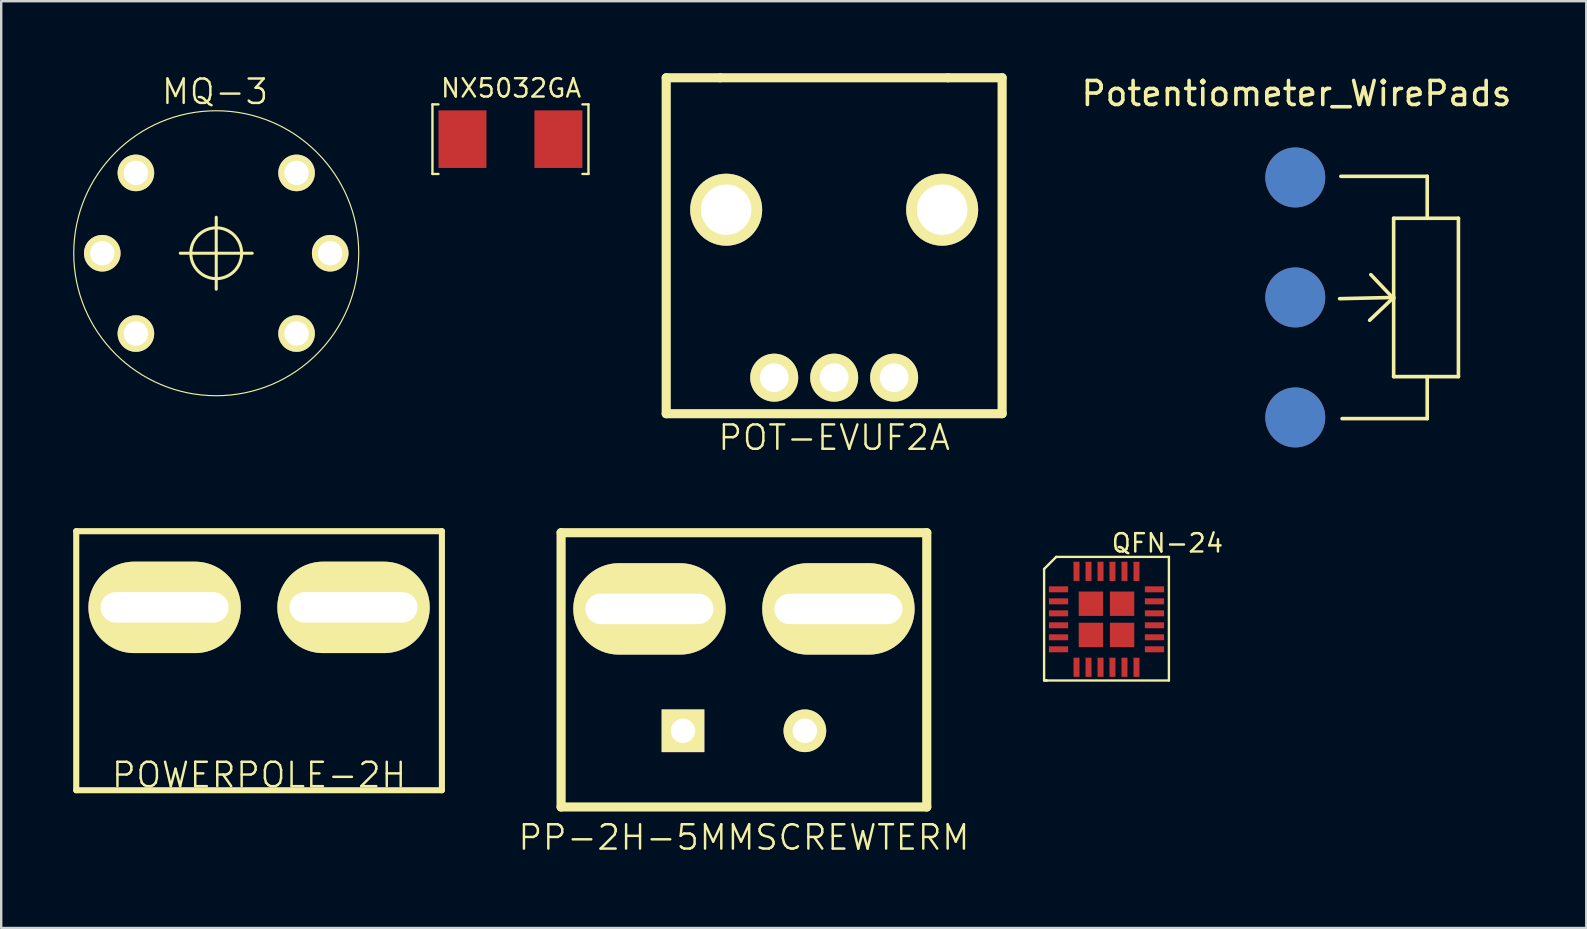
<source format=kicad_pcb>
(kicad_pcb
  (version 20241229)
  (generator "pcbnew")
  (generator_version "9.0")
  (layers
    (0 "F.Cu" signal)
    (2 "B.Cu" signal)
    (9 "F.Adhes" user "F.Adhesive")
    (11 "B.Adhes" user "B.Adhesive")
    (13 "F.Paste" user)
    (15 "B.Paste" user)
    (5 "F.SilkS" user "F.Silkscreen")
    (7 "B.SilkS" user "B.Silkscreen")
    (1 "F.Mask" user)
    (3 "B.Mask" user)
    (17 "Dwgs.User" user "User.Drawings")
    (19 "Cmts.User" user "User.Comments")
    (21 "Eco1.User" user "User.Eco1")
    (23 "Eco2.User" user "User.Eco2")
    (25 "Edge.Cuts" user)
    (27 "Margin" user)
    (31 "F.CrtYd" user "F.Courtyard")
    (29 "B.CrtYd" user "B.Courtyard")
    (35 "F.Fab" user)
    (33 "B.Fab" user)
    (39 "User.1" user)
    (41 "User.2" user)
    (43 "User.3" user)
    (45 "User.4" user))
  (footprint "MQ-3"
    (layer "F.Cu")
    (at 5.962 7.504)
    (property "Reference" "MQ-3" (at -0.051 -6.731 0) (layer "F.SilkS") (effects (font (size 1.016 1.016) (thickness 0.102))))
    (attr exclude_from_pos_files exclude_from_bom)
    (fp_line (start -1.499 0) (end 1.499 0) (stroke (width 0.127) (type solid)) (layer "F.SilkS"))
    (fp_line (start 0 1.499) (end 0 -1.499) (stroke (width 0.127) (type solid)) (layer "F.SilkS"))
    (fp_circle (center 0 0) (end -4.199 4.199) (stroke (width 0.048) (type solid)) (fill no) (layer "F.SilkS"))
    (fp_circle (center 0 0) (end -0.749 0.749) (stroke (width 0.127) (type solid)) (fill no) (layer "F.SilkS"))
    (pad "A1" thru_hole circle (at -3.348 -3.348) (size 1.524 1.524) (drill 1.016) (layers "*.Cu" "*.Mask" "F.SilkS" "F.Paste"))
    (pad "A2" thru_hole circle (at -3.348 3.348) (size 1.524 1.524) (drill 1.016) (layers "*.Cu" "*.Mask" "F.SilkS" "F.Paste"))
    (pad "B1" thru_hole circle (at 3.348 -3.348) (size 1.524 1.524) (drill 1.016) (layers "*.Cu" "*.Mask" "F.SilkS" "F.Paste"))
    (pad "B2" thru_hole circle (at 3.348 3.348) (size 1.524 1.524) (drill 1.016) (layers "*.Cu" "*.Mask" "F.SilkS" "F.Paste"))
    (pad "H1" thru_hole circle (at -4.75 0) (size 1.524 1.524) (drill 1.016) (layers "*.Cu" "*.Mask" "F.SilkS" "F.Paste"))
    (pad "H2" thru_hole circle (at 4.75 0) (size 1.524 1.524) (drill 1.016) (layers "*.Cu" "*.Mask" "F.SilkS" "F.Paste")))
  (footprint "PP-2H-5MMSCREWTERM"
    (layer "F.Cu")
    (at 27.955 22.327)
    (property "Reference" "PP-2H-5MMSCREWTERM" (at 0 9.525 0) (layer "F.SilkS") (effects (font (size 1.016 1.016) (thickness 0.102))))
    (attr through_hole)
    (fp_line (start -7.62 -3.175) (end -7.62 8.255) (stroke (width 0.381) (type solid)) (layer "F.SilkS"))
    (fp_line (start -7.62 8.255) (end 7.62 8.255) (stroke (width 0.381) (type solid)) (layer "F.SilkS"))
    (fp_line (start 7.62 -3.175) (end -7.62 -3.175) (stroke (width 0.381) (type solid)) (layer "F.SilkS"))
    (fp_line (start 7.62 8.255) (end 7.62 -3.175) (stroke (width 0.381) (type solid)) (layer "F.SilkS"))
    (pad "1" thru_hole oval (at -3.937 0) (size 6.35 3.81) (drill oval 5.334 1.27) (layers "*.Cu" "*.Mask" "F.SilkS"))
    (pad "1" thru_hole rect (at -2.54 5.08 270) (size 1.778 1.778) (drill 1.016) (layers "*.Cu" "*.Mask" "F.SilkS"))
    (pad "2" thru_hole circle (at 2.54 5.08 270) (size 1.778 1.778) (drill 1.016) (layers "*.Cu" "*.Mask" "F.SilkS"))
    (pad "2" thru_hole oval (at 3.937 0) (size 6.35 3.81) (drill oval 5.334 1.27) (layers "*.Cu" "*.Mask" "F.SilkS")))
  (footprint "POWERPOLE-2H"
    (layer "F.Cu")
    (at 7.747 22.264)
    (property "Reference" "POWERPOLE-2H" (at 0 6.985 0) (layer "F.SilkS") (effects (font (size 1.016 1.016) (thickness 0.102))))
    (attr through_hole)
    (fp_line (start -7.62 -3.175) (end -7.62 7.62) (stroke (width 0.254) (type solid)) (layer "F.SilkS"))
    (fp_line (start -7.62 7.62) (end 7.62 7.62) (stroke (width 0.254) (type solid)) (layer "F.SilkS"))
    (fp_line (start 7.62 -3.175) (end -7.62 -3.175) (stroke (width 0.254) (type solid)) (layer "F.SilkS"))
    (fp_line (start 7.62 7.62) (end 7.62 -3.175) (stroke (width 0.254) (type solid)) (layer "F.SilkS"))
    (pad "1" thru_hole oval (at -3.937 0) (size 6.35 3.81) (drill oval 5.334 1.27) (layers "*.Cu" "*.Mask" "F.SilkS"))
    (pad "2" thru_hole oval (at 3.937 0) (size 6.35 3.81) (drill oval 5.334 1.27) (layers "*.Cu" "*.Mask" "F.SilkS")))
  (footprint "Potentiometer_WirePads"
    (layer "F.Cu")
    (at 50.933 4.346)
    (property "Reference" "Potentiometer_WirePads" (at 0.051 -3.498 0) (layer "F.SilkS") (effects (font (size 1 1) (thickness 0.15))))
    (attr through_hole)
    (fp_line (start 4.1 1.702) (end 6.8 1.702) (stroke (width 0.15) (type solid)) (layer "F.SilkS"))
    (fp_line (start 4.1 5.001) (end 1.849 5.052) (stroke (width 0.15) (type solid)) (layer "F.SilkS"))
    (fp_line (start 4.1 5.001) (end 3.099 5.951) (stroke (width 0.15) (type solid)) (layer "F.SilkS"))
    (fp_line (start 4.1 5.052) (end 3.15 4.051) (stroke (width 0.15) (type solid)) (layer "F.SilkS"))
    (fp_line (start 4.1 8.301) (end 4.1 1.702) (stroke (width 0.15) (type solid)) (layer "F.SilkS"))
    (fp_line (start 5.499 -0.048) (end 1.9 -0.048) (stroke (width 0.15) (type solid)) (layer "F.SilkS"))
    (fp_line (start 5.499 1.702) (end 5.499 -0.048) (stroke (width 0.15) (type solid)) (layer "F.SilkS"))
    (fp_line (start 5.499 8.301) (end 5.499 10.051) (stroke (width 0.15) (type solid)) (layer "F.SilkS"))
    (fp_line (start 5.499 10.051) (end 1.951 10.051) (stroke (width 0.15) (type solid)) (layer "F.SilkS"))
    (fp_line (start 6.8 1.702) (end 6.8 8.301) (stroke (width 0.15) (type solid)) (layer "F.SilkS"))
    (fp_line (start 6.8 8.301) (end 4.1 8.301) (stroke (width 0.15) (type solid)) (layer "F.SilkS"))
    (pad "1" smd circle (at 0 0) (size 2.499 2.499) (layers "*.Cu" "*.Mask"))
    (pad "2" smd circle (at 0 5.001) (size 2.499 2.499) (layers "*.Cu" "*.Mask"))
    (pad "3" smd circle (at 0 10.002) (size 2.499 2.499) (layers "*.Cu" "*.Mask")))
  (footprint "QFN-24"
    (layer "F.Cu")
    (at 43.066 22.761)
    (property "Reference" "QFN-24" (at 2.54 -3.175 0) (layer "F.SilkS") (effects (font (size 0.762 0.762) (thickness 0.102))))
    (attr through_hole)
    (fp_line (start -2.601 2.55) (end -2.601 -2.101) (stroke (width 0.099) (type solid)) (layer "F.SilkS"))
    (fp_line (start -2.601 2.55) (end -2.499 2.55) (stroke (width 0.099) (type solid)) (layer "F.SilkS"))
    (fp_line (start -2.598 -2.101) (end -2.098 -2.601) (stroke (width 0.099) (type solid)) (layer "F.SilkS"))
    (fp_line (start -2.499 2.55) (end -2.55 2.55) (stroke (width 0.099) (type solid)) (layer "F.SilkS"))
    (fp_line (start -2.101 -2.601) (end 2.601 -2.601) (stroke (width 0.099) (type solid)) (layer "F.SilkS"))
    (fp_line (start 2.601 -2.601) (end 2.601 2.55) (stroke (width 0.099) (type solid)) (layer "F.SilkS"))
    (fp_line (start 2.601 2.55) (end -2.499 2.55) (stroke (width 0.099) (type solid)) (layer "F.SilkS"))
    (pad "" smd rect (at -0.65 -0.65 270) (size 1.016 1.016) (layers "F.Cu" "F.Mask" "F.Paste"))
    (pad "" smd rect (at -0.65 0.65 270) (size 1.016 1.016) (layers "F.Cu" "F.Mask" "F.Paste"))
    (pad "" smd rect (at 0.65 -0.65 270) (size 1.016 1.016) (layers "F.Cu" "F.Mask" "F.Paste"))
    (pad "" smd rect (at 0.65 0.65 270) (size 1.016 1.016) (layers "F.Cu" "F.Mask" "F.Paste"))
    (pad "1" smd rect (at -1.999 -1.25) (size 0.8 0.249) (layers "F.Cu" "F.Mask" "F.Paste"))
    (pad "2" smd rect (at -1.999 -0.749) (size 0.8 0.249) (layers "F.Cu" "F.Mask" "F.Paste"))
    (pad "3" smd rect (at -1.999 -0.249) (size 0.8 0.249) (layers "F.Cu" "F.Mask" "F.Paste"))
    (pad "4" smd rect (at -1.999 0.249) (size 0.8 0.249) (layers "F.Cu" "F.Mask" "F.Paste"))
    (pad "5" smd rect (at -1.999 0.749) (size 0.8 0.249) (layers "F.Cu" "F.Mask" "F.Paste"))
    (pad "6" smd rect (at -1.999 1.25) (size 0.8 0.249) (layers "F.Cu" "F.Mask" "F.Paste"))
    (pad "7" smd rect (at -1.25 1.999 90) (size 0.8 0.249) (layers "F.Cu" "F.Mask" "F.Paste"))
    (pad "8" smd rect (at -0.749 1.999 90) (size 0.8 0.249) (layers "F.Cu" "F.Mask" "F.Paste"))
    (pad "9" smd rect (at -0.249 1.999 90) (size 0.8 0.249) (layers "F.Cu" "F.Mask" "F.Paste"))
    (pad "10" smd rect (at 0.249 1.999 90) (size 0.8 0.249) (layers "F.Cu" "F.Mask" "F.Paste"))
    (pad "11" smd rect (at 0.749 1.999 90) (size 0.8 0.249) (layers "F.Cu" "F.Mask" "F.Paste"))
    (pad "12" smd rect (at 1.25 1.999 90) (size 0.8 0.249) (layers "F.Cu" "F.Mask" "F.Paste"))
    (pad "13" smd rect (at 1.999 1.25 180) (size 0.8 0.249) (layers "F.Cu" "F.Mask" "F.Paste"))
    (pad "14" smd rect (at 1.999 0.749 180) (size 0.8 0.249) (layers "F.Cu" "F.Mask" "F.Paste"))
    (pad "15" smd rect (at 1.999 0.249 180) (size 0.8 0.249) (layers "F.Cu" "F.Mask" "F.Paste"))
    (pad "16" smd rect (at 1.999 -0.249 180) (size 0.8 0.249) (layers "F.Cu" "F.Mask" "F.Paste"))
    (pad "17" smd rect (at 1.999 -0.749 180) (size 0.8 0.249) (layers "F.Cu" "F.Mask" "F.Paste"))
    (pad "18" smd rect (at 1.999 -1.25 180) (size 0.8 0.249) (layers "F.Cu" "F.Mask" "F.Paste"))
    (pad "19" smd rect (at 1.25 -1.999 270) (size 0.8 0.249) (layers "F.Cu" "F.Mask" "F.Paste"))
    (pad "20" smd rect (at 0.749 -1.999 270) (size 0.8 0.249) (layers "F.Cu" "F.Mask" "F.Paste"))
    (pad "21" smd rect (at 0.249 -1.999 270) (size 0.8 0.249) (layers "F.Cu" "F.Mask" "F.Paste"))
    (pad "22" smd rect (at -0.249 -1.999 270) (size 0.8 0.249) (layers "F.Cu" "F.Mask" "F.Paste"))
    (pad "23" smd rect (at -0.749 -1.999 270) (size 0.8 0.249) (layers "F.Cu" "F.Mask" "F.Paste"))
    (pad "24" smd rect (at -1.25 -1.999 270) (size 0.8 0.249) (layers "F.Cu" "F.Mask" "F.Paste")))
  (footprint "POT-EVUF2A"
    (layer "F.Cu")
    (at 31.716 9.19)
    (property "Reference" "POT-EVUF2A" (at 0 5.999 0) (layer "F.SilkS") (effects (font (size 1.016 1.016) (thickness 0.102))))
    (attr through_hole)
    (fp_line (start -7 -8.999) (end -7 5.001) (stroke (width 0.381) (type solid)) (layer "F.SilkS"))
    (fp_line (start -7 5.001) (end 7 5.001) (stroke (width 0.381) (type solid)) (layer "F.SilkS"))
    (fp_line (start -4.75 -8.999) (end -7 -8.999) (stroke (width 0.381) (type solid)) (layer "F.SilkS"))
    (fp_line (start -4.75 -8.999) (end 4.75 -8.999) (stroke (width 0.381) (type solid)) (layer "F.SilkS"))
    (fp_line (start 7 -8.999) (end 4.75 -8.999) (stroke (width 0.381) (type solid)) (layer "F.SilkS"))
    (fp_line (start 7 5.001) (end 7 -8.999) (stroke (width 0.381) (type solid)) (layer "F.SilkS"))
    (pad "" thru_hole circle (at -4.501 -3.5) (size 3 3) (drill 2.101) (layers "*.Cu" "*.Mask" "F.SilkS"))
    (pad "" thru_hole circle (at 4.501 -3.5) (size 3 3) (drill 2.101) (layers "*.Cu" "*.Mask" "F.SilkS"))
    (pad "1" thru_hole circle (at -2.499 3.5) (size 1.999 1.999) (drill 1.199) (layers "*.Cu" "*.Mask" "F.SilkS"))
    (pad "2" thru_hole circle (at 0 3.5) (size 1.999 1.999) (drill 1.199) (layers "*.Cu" "*.Mask" "F.SilkS"))
    (pad "3" thru_hole circle (at 2.499 3.5) (size 1.999 1.999) (drill 1.199) (layers "*.Cu" "*.Mask" "F.SilkS")))
  (footprint "NX5032GA"
    (layer "F.Cu")
    (at 18.224 2.75)
    (property "Reference" "NX5032GA" (at 0.025 -2.126 0) (layer "F.SilkS") (effects (font (size 0.762 0.762) (thickness 0.102))))
    (attr through_hole)
    (fp_line (start -3.251 -1.45) (end -3.251 1.45) (stroke (width 0.099) (type solid)) (layer "F.SilkS"))
    (fp_line (start -3.251 1.45) (end -3 1.45) (stroke (width 0.099) (type solid)) (layer "F.SilkS"))
    (fp_line (start -3 -1.45) (end -3.251 -1.45) (stroke (width 0.099) (type solid)) (layer "F.SilkS"))
    (fp_line (start 3.251 -1.45) (end 3 -1.45) (stroke (width 0.099) (type solid)) (layer "F.SilkS"))
    (fp_line (start 3.251 -1.45) (end 3.251 1.45) (stroke (width 0.099) (type solid)) (layer "F.SilkS"))
    (fp_line (start 3.251 1.45) (end 3 1.45) (stroke (width 0.099) (type solid)) (layer "F.SilkS"))
    (pad "1" smd rect (at -1.999 0) (size 1.999 2.4) (layers "F.Cu" "F.Mask" "F.Paste"))
    (pad "2" smd rect (at 1.999 0) (size 1.999 2.4) (layers "F.Cu" "F.Mask" "F.Paste")))
  (gr_rect
    (start -3 -3)
    (end 63.061 35.625)
    (stroke (width 0.1) (type default))
    (fill no)
    (layer "Edge.Cuts")))
</source>
